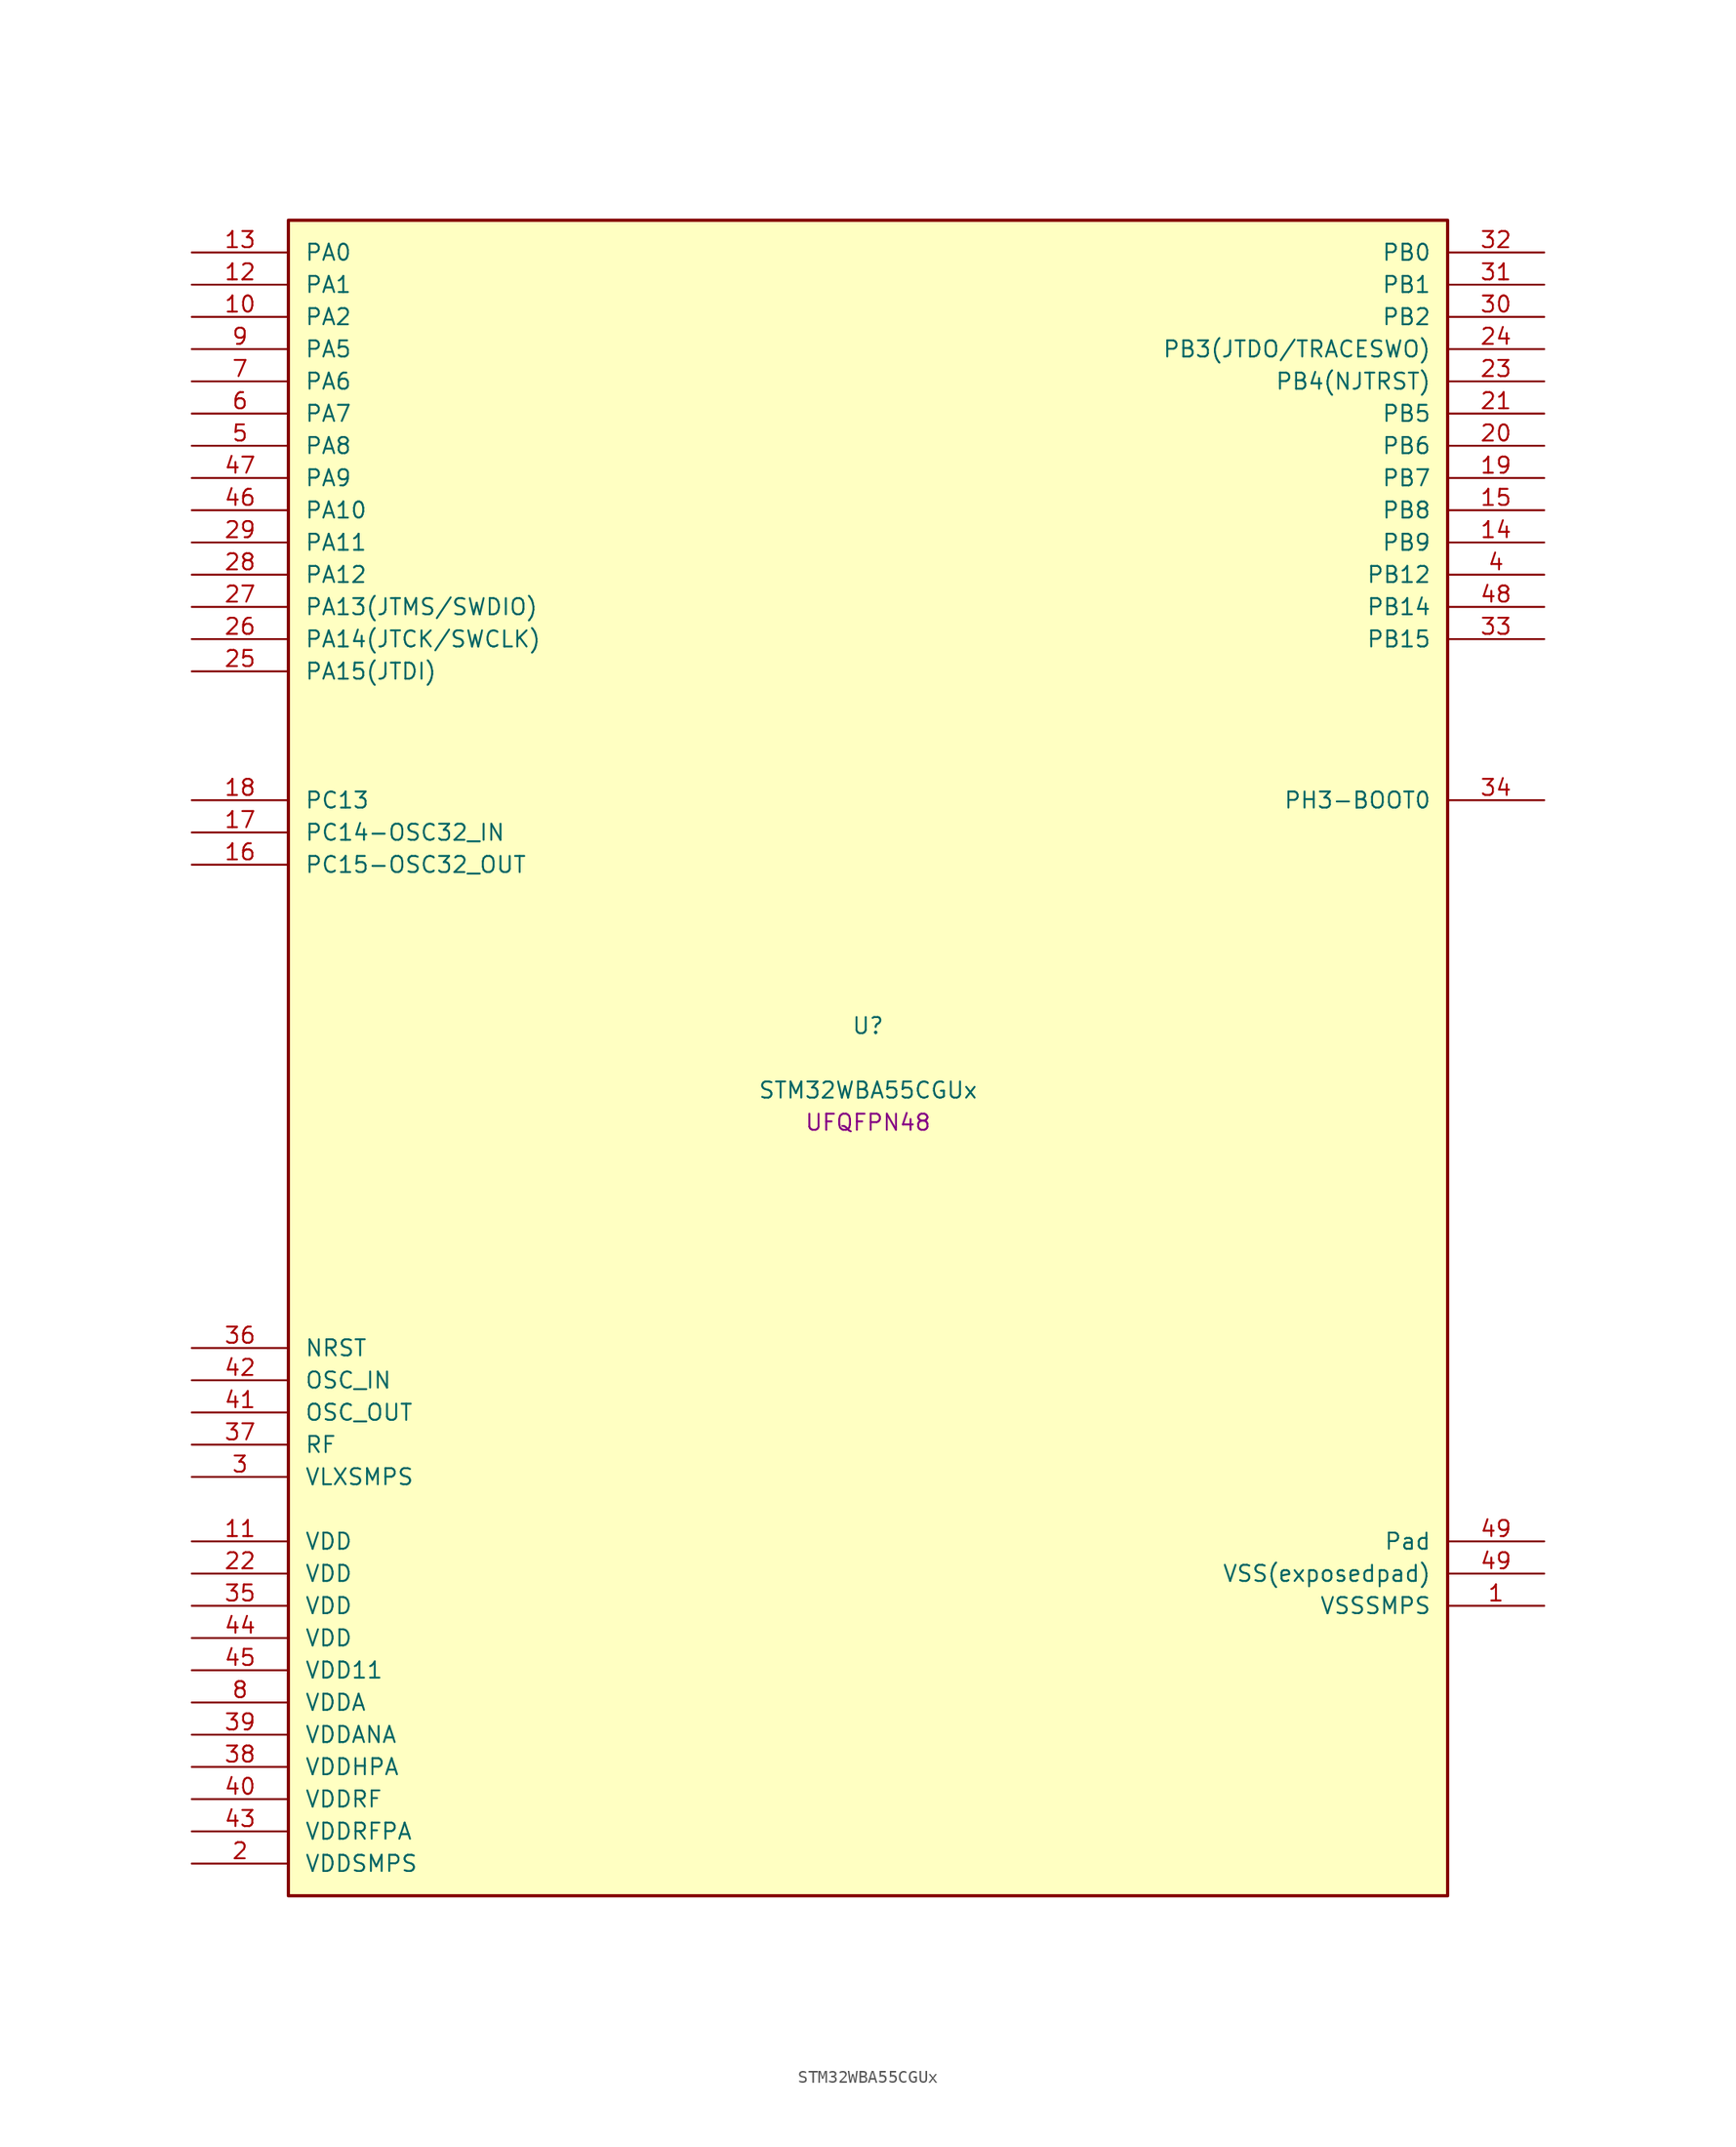
<source format=kicad_sym>
(kicad_symbol_lib
  (version 20241209)
  (generator "stm32_pkl_generator")
  (generator_version "1.0")
  (symbol "STM32WBA55CGUx"
    (pin_names
      (offset 1.27))
    (property "Reference" "U"
      (at 0 2.54 0))
    (property "Value" "STM32WBA55CGUx"
      (at 0 -2.54 0))
    (property "Footprint" "UFQFPN48"
      (at 0 -5.08 0))
    (symbol "STM32WBA55CGUx_1_1"
      (rectangle (start -45.72 66.04) (end 45.72 -66.04) (stroke (width 0.254) (type solid)) (fill (type background)))
      (pin bidirectional line (at -53.34 63.5 0) (length 7.62) (name "PA0") (number "13") (alternate "PA0/ADC4_IN9" bidirectional line) (alternate "PA0/COMP2_INP" bidirectional line) (alternate "PA0/LPTIM1_IN1" bidirectional line) (alternate "PA0/LPUART1_CTS" bidirectional line) (alternate "PA0/PWR_WKUP1" bidirectional line) (alternate "PA0/SPI3_SCK" bidirectional line) (alternate "PA0/TIM1_CH2N" bidirectional line) (alternate "PA0/TIM3_CH3" bidirectional line) (alternate "PA0/TIM3_ETR" bidirectional line) (alternate "PA0/TSC_G2_IO2" bidirectional line))
      (pin bidirectional line (at -53.34 60.96 0) (length 7.62) (name "PA1") (number "12") (alternate "PA1/ADC4_IN8" bidirectional line) (alternate "PA1/COMP1_INM" bidirectional line) (alternate "PA1/LPTIM2_CH2" bidirectional line) (alternate "PA1/LPUART1_RX" bidirectional line) (alternate "PA1/PWR_WKUP3" bidirectional line) (alternate "PA1/SAI1_CK1" bidirectional line) (alternate "PA1/SPI1_RDY" bidirectional line) (alternate "PA1/TIM17_CH1" bidirectional line) (alternate "PA1/TIM1_CH1N" bidirectional line) (alternate "PA1/TIM3_CH2" bidirectional line) (alternate "PA1/TSC_G2_IO1" bidirectional line) (alternate "PA1/USART1_CK" bidirectional line))
      (pin bidirectional line (at -53.34 58.42 0) (length 7.62) (name "PA2") (number "10") (alternate "PA2/ADC4_IN7" bidirectional line) (alternate "PA2/COMP1_INP" bidirectional line) (alternate "PA2/LPUART1_TX" bidirectional line) (alternate "PA2/PWR_WKUP4" bidirectional line) (alternate "PA2/RCC_LSCO" bidirectional line) (alternate "PA2/SAI1_D1" bidirectional line) (alternate "PA2/TIM16_CH1" bidirectional line) (alternate "PA2/TIM1_BKIN" bidirectional line) (alternate "PA2/TIM3_CH1" bidirectional line) (alternate "PA2/TSC_G4_IO4" bidirectional line) (alternate "PA2/USART1_DE" bidirectional line) (alternate "PA2/USART1_RTS" bidirectional line))
      (pin bidirectional line (at -53.34 55.88 0) (length 7.62) (name "PA5") (number "9") (alternate "PA5/ADC4_IN4" bidirectional line) (alternate "PA5/AUDIOCLK" bidirectional line) (alternate "PA5/LPTIM2_ETR" bidirectional line) (alternate "PA5/PWR_CSLEEP" bidirectional line) (alternate "PA5/PWR_WKUP6" bidirectional line) (alternate "PA5/SAI1_D2" bidirectional line) (alternate "PA5/SPI3_NSS" bidirectional line) (alternate "PA5/TIM2_CH1" bidirectional line) (alternate "PA5/TIM2_ETR" bidirectional line) (alternate "PA5/TSC_G1_IO4" bidirectional line) (alternate "PA5/USART1_CK" bidirectional line))
      (pin bidirectional line (at -53.34 53.34 0) (length 7.62) (name "PA6") (number "7") (alternate "PA6/ADC4_IN3" bidirectional line) (alternate "PA6/I2C3_SCL" bidirectional line) (alternate "PA6/PWR_CSTOP" bidirectional line) (alternate "PA6/PWR_WKUP7" bidirectional line) (alternate "PA6/SAI1_CK2" bidirectional line) (alternate "PA6/SAI1_MCLK_A" bidirectional line) (alternate "PA6/SPI3_RDY" bidirectional line) (alternate "PA6/TIM2_CH4" bidirectional line) (alternate "PA6/TSC_G1_IO3" bidirectional line) (alternate "PA6/USART1_DE" bidirectional line) (alternate "PA6/USART1_RTS" bidirectional line))
      (pin bidirectional line (at -53.34 50.8 0) (length 7.62) (name "PA7") (number "6") (alternate "PA7/ADC4_IN2" bidirectional line) (alternate "PA7/COMP1_OUT" bidirectional line) (alternate "PA7/I2C3_SDA" bidirectional line) (alternate "PA7/PWR_WKUP8" bidirectional line) (alternate "PA7/SAI1_SCK_A" bidirectional line) (alternate "PA7/TAMP_IN1" bidirectional line) (alternate "PA7/TAMP_OUT2" bidirectional line) (alternate "PA7/TIM2_CH3" bidirectional line) (alternate "PA7/TSC_G1_IO2" bidirectional line) (alternate "PA7/USART1_CTS" bidirectional line))
      (pin bidirectional line (at -53.34 48.26 0) (length 7.62) (name "PA8") (number "5") (alternate "PA8/ADC4_IN1" bidirectional line) (alternate "PA8/LPTIM1_CH2" bidirectional line) (alternate "PA8/RCC_MCO" bidirectional line) (alternate "PA8/SAI1_FS_A" bidirectional line) (alternate "PA8/SPI3_RDY" bidirectional line) (alternate "PA8/TIM2_CH2" bidirectional line) (alternate "PA8/TSC_G1_IO1" bidirectional line) (alternate "PA8/USART1_RX" bidirectional line))
      (pin bidirectional line (at -53.34 45.72 0) (length 7.62) (name "PA9") (number "47") (alternate "PA9/LPUART1_DE" bidirectional line) (alternate "PA9/LPUART1_RTS" bidirectional line) (alternate "PA9/SAI1_CK1" bidirectional line) (alternate "PA9/TIM3_CH2" bidirectional line))
      (pin bidirectional line (at -53.34 43.18 0) (length 7.62) (name "PA10") (number "46") (alternate "PA10/LPUART1_RX" bidirectional line) (alternate "PA10/SAI1_D1" bidirectional line) (alternate "PA10/TIM3_CH1" bidirectional line))
      (pin bidirectional line (at -53.34 40.64 0) (length 7.62) (name "PA11") (number "29") (alternate "PA11/LPTIM2_CH1" bidirectional line) (alternate "PA11/RF_ANTSW1" bidirectional line) (alternate "PA11/TIM1_CH1" bidirectional line) (alternate "PA11/USART2_RX" bidirectional line))
      (pin bidirectional line (at -53.34 38.1 0) (length 7.62) (name "PA12") (number "28") (alternate "PA12/COMP2_OUT" bidirectional line) (alternate "PA12/PTA_STATUS" bidirectional line) (alternate "PA12/PWR_WKUP6" bidirectional line) (alternate "PA12/RF_ANTSW0" bidirectional line) (alternate "PA12/SPI1_NSS" bidirectional line) (alternate "PA12/TIM1_CH2" bidirectional line) (alternate "PA12/TSC_G3_IO4" bidirectional line) (alternate "PA12/USART2_TX" bidirectional line))
      (pin bidirectional line (at -53.34 35.56 0) (length 7.62) (name "PA13(JTMS/SWDIO)") (number "27") (alternate "PA13(JTMS/SWDIO)/DEBUG_JTMS-SWDIO" bidirectional line) (alternate "PA13(JTMS/SWDIO)/IR_OUT" bidirectional line) (alternate "PA13(JTMS/SWDIO)/PTA_PRIORITY" bidirectional line))
      (pin bidirectional line (at -53.34 33.02 0) (length 7.62) (name "PA14(JTCK/SWCLK)") (number "26") (alternate "PA14(JTCK/SWCLK)/COMP2_OUT" bidirectional line) (alternate "PA14(JTCK/SWCLK)/DEBUG_JTCK-SWCLK" bidirectional line) (alternate "PA14(JTCK/SWCLK)/PTA_STATUS" bidirectional line) (alternate "PA14(JTCK/SWCLK)/TAMP_IN3" bidirectional line) (alternate "PA14(JTCK/SWCLK)/TAMP_OUT6" bidirectional line) (alternate "PA14(JTCK/SWCLK)/USART2_TX" bidirectional line))
      (pin bidirectional line (at -53.34 30.48 0) (length 7.62) (name "PA15(JTDI)") (number "25") (alternate "PA15(JTDI)/ADC4_EXTI15" bidirectional line) (alternate "PA15(JTDI)/DEBUG_JTDI" bidirectional line) (alternate "PA15(JTDI)/I2C1_SCL" bidirectional line) (alternate "PA15(JTDI)/LPTIM1_CH2" bidirectional line) (alternate "PA15(JTDI)/PTA_STATUS" bidirectional line) (alternate "PA15(JTDI)/SPI1_MOSI" bidirectional line) (alternate "PA15(JTDI)/TIM17_BKIN" bidirectional line) (alternate "PA15(JTDI)/TIM1_ETR" bidirectional line) (alternate "PA15(JTDI)/TSC_G3_IO3" bidirectional line) (alternate "PA15(JTDI)/USART2_DE" bidirectional line) (alternate "PA15(JTDI)/USART2_RTS" bidirectional line))
      (pin bidirectional line (at 53.34 63.5 180) (length 7.62) (name "PB0") (number "32") (alternate "PB0/LPTIM2_IN2" bidirectional line) (alternate "PB0/TIM1_CH3N" bidirectional line) (alternate "PB0/USART2_TX" bidirectional line))
      (pin bidirectional line (at 53.34 60.96 180) (length 7.62) (name "PB1") (number "31") (alternate "PB1/I2C1_SDA" bidirectional line) (alternate "PB1/I2C3_SDA" bidirectional line) (alternate "PB1/PWR_WKUP4" bidirectional line) (alternate "PB1/TIM1_CH2N" bidirectional line) (alternate "PB1/USART2_DE" bidirectional line) (alternate "PB1/USART2_RTS" bidirectional line))
      (pin bidirectional line (at 53.34 58.42 180) (length 7.62) (name "PB2") (number "30") (alternate "PB2/I2C1_SCL" bidirectional line) (alternate "PB2/I2C3_SCL" bidirectional line) (alternate "PB2/PWR_WKUP1" bidirectional line) (alternate "PB2/RF_ANTSW2" bidirectional line) (alternate "PB2/RTC_OUT2" bidirectional line) (alternate "PB2/TIM1_CH1N" bidirectional line) (alternate "PB2/USART2_CTS" bidirectional line))
      (pin bidirectional line (at 53.34 55.88 180) (length 7.62) (name "PB3(JTDO/TRACESWO)") (number "24") (alternate "PB3(JTDO/TRACESWO)/DEBUG_JTDO-SWO" bidirectional line) (alternate "PB3(JTDO/TRACESWO)/I2C1_SDA" bidirectional line) (alternate "PB3(JTDO/TRACESWO)/LPTIM1_IN2" bidirectional line) (alternate "PB3(JTDO/TRACESWO)/PTA_ACTIVE" bidirectional line) (alternate "PB3(JTDO/TRACESWO)/SPI1_MISO" bidirectional line) (alternate "PB3(JTDO/TRACESWO)/TIM17_CH1N" bidirectional line) (alternate "PB3(JTDO/TRACESWO)/TIM1_CH4" bidirectional line) (alternate "PB3(JTDO/TRACESWO)/TSC_G3_IO2" bidirectional line) (alternate "PB3(JTDO/TRACESWO)/USART2_CK" bidirectional line))
      (pin bidirectional line (at 53.34 53.34 180) (length 7.62) (name "PB4(NJTRST)") (number "23") (alternate "PB4(NJTRST)/DEBUG_JTRST" bidirectional line) (alternate "PB4(NJTRST)/LPTIM2_IN2" bidirectional line) (alternate "PB4(NJTRST)/PTA_ACTIVE" bidirectional line) (alternate "PB4(NJTRST)/PTA_PRIORITY" bidirectional line) (alternate "PB4(NJTRST)/SAI1_MCLK_B" bidirectional line) (alternate "PB4(NJTRST)/SPI1_SCK" bidirectional line) (alternate "PB4(NJTRST)/TIM17_CH1" bidirectional line) (alternate "PB4(NJTRST)/TIM1_CH3" bidirectional line) (alternate "PB4(NJTRST)/TSC_G3_IO1" bidirectional line) (alternate "PB4(NJTRST)/USART2_RX" bidirectional line))
      (pin bidirectional line (at 53.34 50.8 180) (length 7.62) (name "PB5") (number "21") (alternate "PB5/LPUART1_TX" bidirectional line) (alternate "PB5/SAI1_D2" bidirectional line) (alternate "PB5/SAI1_FS_B" bidirectional line) (alternate "PB5/TIM3_CH1" bidirectional line) (alternate "PB5/TSC_G5_IO4" bidirectional line))
      (pin bidirectional line (at 53.34 48.26 180) (length 7.62) (name "PB6") (number "20") (alternate "PB6/PWR_WKUP3" bidirectional line) (alternate "PB6/SAI1_SCK_B" bidirectional line) (alternate "PB6/TIM2_CH1" bidirectional line) (alternate "PB6/TIM2_ETR" bidirectional line) (alternate "PB6/TSC_G5_IO3" bidirectional line))
      (pin bidirectional line (at 53.34 45.72 180) (length 7.62) (name "PB7") (number "19") (alternate "PB7/PWR_WKUP5" bidirectional line) (alternate "PB7/SAI1_SD_B" bidirectional line) (alternate "PB7/TAMP_IN5" bidirectional line) (alternate "PB7/TAMP_OUT4" bidirectional line) (alternate "PB7/TIM1_CH4N" bidirectional line) (alternate "PB7/TSC_G5_IO2" bidirectional line))
      (pin bidirectional line (at 53.34 43.18 180) (length 7.62) (name "PB8") (number "15") (alternate "PB8/COMP1_OUT" bidirectional line) (alternate "PB8/LPTIM1_ETR" bidirectional line) (alternate "PB8/PWR_PVD_IN" bidirectional line) (alternate "PB8/SPI3_MOSI" bidirectional line) (alternate "PB8/TIM16_CH1N" bidirectional line) (alternate "PB8/TIM1_CH1" bidirectional line) (alternate "PB8/TIM3_ETR" bidirectional line) (alternate "PB8/TSC_G2_IO4" bidirectional line) (alternate "PB8/USART2_RX" bidirectional line))
      (pin bidirectional line (at 53.34 40.64 180) (length 7.62) (name "PB9") (number "14") (alternate "PB9/ADC4_IN10" bidirectional line) (alternate "PB9/COMP2_INM" bidirectional line) (alternate "PB9/IR_OUT" bidirectional line) (alternate "PB9/LPTIM2_IN1" bidirectional line) (alternate "PB9/LPUART1_DE" bidirectional line) (alternate "PB9/LPUART1_RTS" bidirectional line) (alternate "PB9/PWR_WKUP8" bidirectional line) (alternate "PB9/SPI3_MISO" bidirectional line) (alternate "PB9/TIM16_CH1" bidirectional line) (alternate "PB9/TIM1_CH3N" bidirectional line) (alternate "PB9/TIM3_CH4" bidirectional line) (alternate "PB9/TSC_G2_IO3" bidirectional line))
      (pin bidirectional line (at 53.34 38.1 180) (length 7.62) (name "PB12") (number "4") (alternate "PB12/SAI1_SD_A" bidirectional line) (alternate "PB12/SPI1_RDY" bidirectional line) (alternate "PB12/TIM2_CH1" bidirectional line) (alternate "PB12/TIM2_ETR" bidirectional line) (alternate "PB12/TIM3_ETR" bidirectional line) (alternate "PB12/TSC_SYNC" bidirectional line) (alternate "PB12/USART1_TX" bidirectional line))
      (pin bidirectional line (at 53.34 35.56 180) (length 7.62) (name "PB14") (number "48") (alternate "PB14/PWR_WKUP7" bidirectional line) (alternate "PB14/RTC_REFIN" bidirectional line) (alternate "PB14/SAI1_SD_A" bidirectional line) (alternate "PB14/TIM3_CH3" bidirectional line) (alternate "PB14/TSC_G6_IO1" bidirectional line) (alternate "PB14/USART1_TX" bidirectional line))
      (pin bidirectional line (at 53.34 33.02 180) (length 7.62) (name "PB15") (number "33") (alternate "PB15/ADC4_EXTI15" bidirectional line) (alternate "PB15/I2C1_SMBA" bidirectional line) (alternate "PB15/I2C3_SMBA" bidirectional line) (alternate "PB15/LPUART1_CTS" bidirectional line) (alternate "PB15/PTA_GRANT" bidirectional line) (alternate "PB15/RF_EXTPABYP" bidirectional line) (alternate "PB15/TIM16_BKIN" bidirectional line) (alternate "PB15/TIM1_BKIN2" bidirectional line) (alternate "PB15/USART2_CTS" bidirectional line))
      (pin bidirectional line (at -53.34 20.32 0) (length 7.62) (name "PC13") (number "18") (alternate "PC13/PWR_WKUP2" bidirectional line) (alternate "PC13/RTC_OUT1" bidirectional line) (alternate "PC13/RTC_TS" bidirectional line) (alternate "PC13/TAMP_IN4" bidirectional line) (alternate "PC13/TAMP_OUT5" bidirectional line) (alternate "PC13/TIM1_BKIN2" bidirectional line) (alternate "PC13/TSC_G5_IO1" bidirectional line))
      (pin bidirectional line (at -53.34 17.78 0) (length 7.62) (name "PC14-OSC32_IN") (number "17") (alternate "PC14-OSC32_IN/RCC_OSC32_IN" bidirectional line))
      (pin bidirectional line (at -53.34 15.24 0) (length 7.62) (name "PC15-OSC32_OUT") (number "16") (alternate "PC15-OSC32_OUT/ADC4_EXTI15" bidirectional line) (alternate "PC15-OSC32_OUT/RCC_OSC32_OUT" bidirectional line))
      (pin bidirectional line (at 53.34 20.32 180) (length 7.62) (name "PH3-BOOT0") (number "34") (alternate "PH3-BOOT0/PTA_GRANT" bidirectional line) (alternate "PH3-BOOT0/RF_EXTPABYP" bidirectional line) (alternate "PH3-BOOT0/TAMP_IN2" bidirectional line) (alternate "PH3-BOOT0/TAMP_OUT1" bidirectional line))
      (pin input line (at -53.34 -22.86 0) (length 7.62) (name "NRST") (number "36"))
      (pin bidirectional line (at -53.34 -25.4 0) (length 7.62) (name "OSC_IN") (number "42") (alternate "OSC_IN/RCC_OSC_IN" bidirectional line))
      (pin bidirectional line (at -53.34 -27.94 0) (length 7.62) (name "OSC_OUT") (number "41") (alternate "OSC_OUT/RCC_OSC_OUT" bidirectional line))
      (pin bidirectional line (at -53.34 -30.48 0) (length 7.62) (name "RF") (number "37"))
      (pin power_in line (at -53.34 -33.02 0) (length 7.62) (name "VLXSMPS") (number "3"))
      (pin power_in line (at -53.34 -38.1 0) (length 7.62) (name "VDD") (number "11"))
      (pin power_in line (at -53.34 -40.64 0) (length 7.62) (name "VDD") (number "22"))
      (pin power_in line (at -53.34 -43.18 0) (length 7.62) (name "VDD") (number "35"))
      (pin power_in line (at -53.34 -45.72 0) (length 7.62) (name "VDD") (number "44"))
      (pin power_in line (at -53.34 -48.26 0) (length 7.62) (name "VDD11") (number "45"))
      (pin power_in line (at -53.34 -50.8 0) (length 7.62) (name "VDDA") (number "8"))
      (pin power_in line (at -53.34 -53.34 0) (length 7.62) (name "VDDANA") (number "39"))
      (pin power_in line (at -53.34 -55.88 0) (length 7.62) (name "VDDHPA") (number "38"))
      (pin power_in line (at -53.34 -58.42 0) (length 7.62) (name "VDDRF") (number "40"))
      (pin power_in line (at -53.34 -60.96 0) (length 7.62) (name "VDDRFPA") (number "43"))
      (pin power_in line (at -53.34 -63.5 0) (length 7.62) (name "VDDSMPS") (number "2"))
      (pin passive line (at 53.34 -38.1 180) (length 7.62) (name "Pad") (number "49"))
      (pin power_in line (at 53.34 -40.64 180) (length 7.62) (name "VSS(exposedpad)") (number "49"))
      (pin power_in line (at 53.34 -43.18 180) (length 7.62) (name "VSSSMPS") (number "1")))))
</source>
